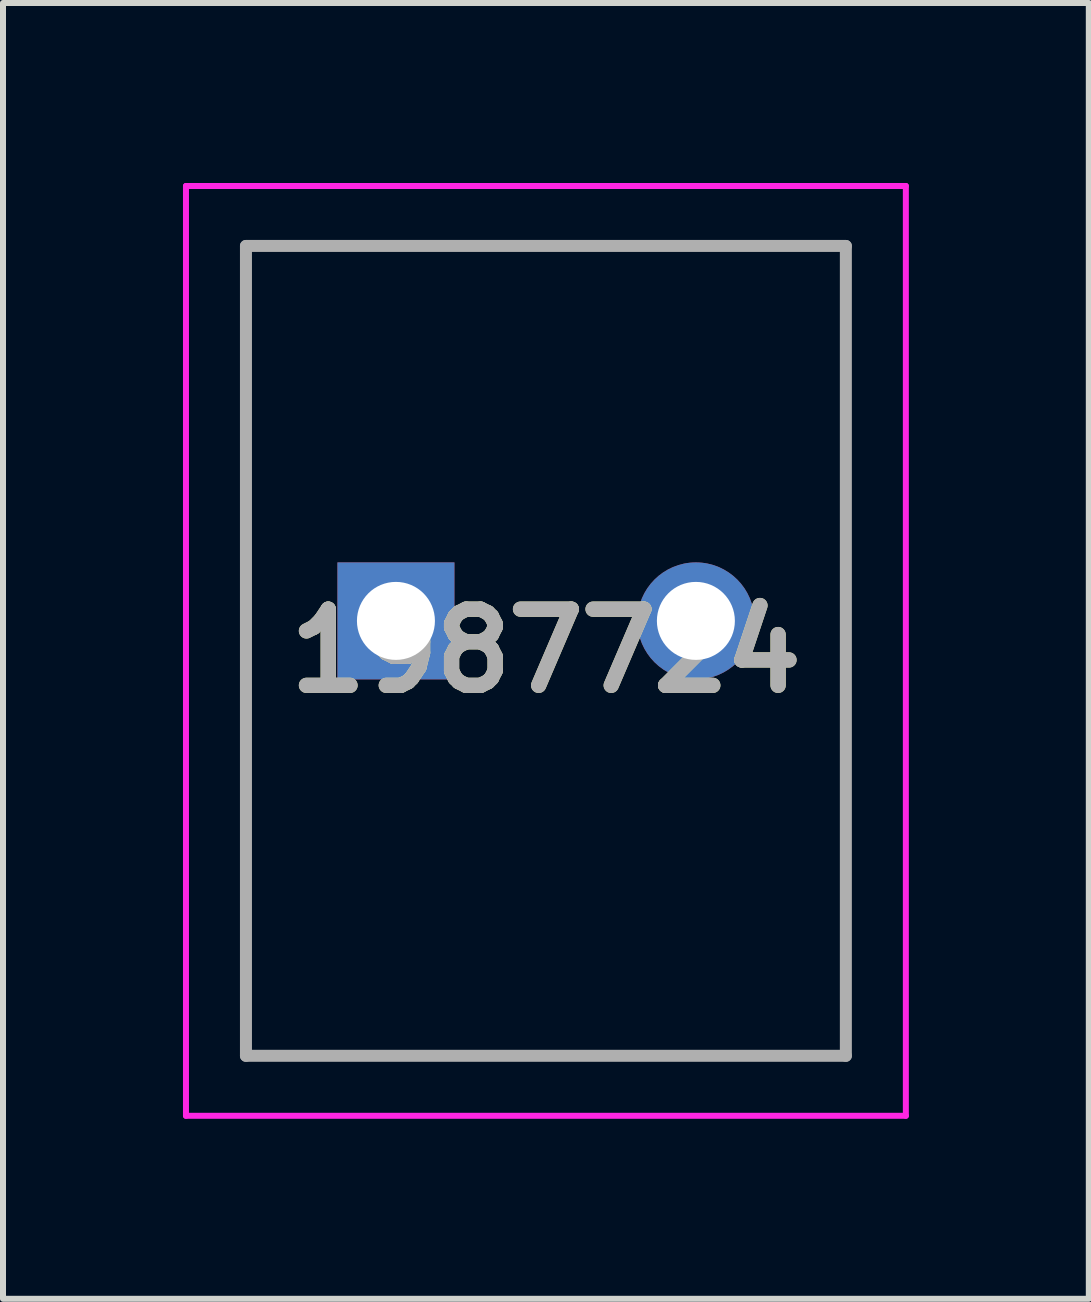
<source format=kicad_pcb>
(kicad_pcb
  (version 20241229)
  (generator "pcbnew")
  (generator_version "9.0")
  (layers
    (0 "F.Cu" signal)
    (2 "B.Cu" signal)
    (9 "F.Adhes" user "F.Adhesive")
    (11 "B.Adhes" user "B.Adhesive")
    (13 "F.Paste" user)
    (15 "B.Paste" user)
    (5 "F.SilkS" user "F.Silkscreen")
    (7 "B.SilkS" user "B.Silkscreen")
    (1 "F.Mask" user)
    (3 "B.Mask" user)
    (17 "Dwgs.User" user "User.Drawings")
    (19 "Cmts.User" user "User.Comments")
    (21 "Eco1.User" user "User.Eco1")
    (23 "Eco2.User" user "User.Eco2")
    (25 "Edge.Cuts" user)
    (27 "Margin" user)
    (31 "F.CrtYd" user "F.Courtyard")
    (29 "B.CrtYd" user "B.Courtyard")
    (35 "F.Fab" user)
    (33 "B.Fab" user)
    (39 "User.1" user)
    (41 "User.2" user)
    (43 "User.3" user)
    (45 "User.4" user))
  (footprint "1987724"
    (layer "F.Cu")
    (at 3.55 7.3)
    (property "Reference" "1987724" (at 2.5 0.5 0) (layer "F.SilkS") (effects (font (size 1.27 1.27) (thickness 0.254))))
    (attr through_hole)
    (fp_line (start -2.5 -6.25) (end -2.5 7.25) (stroke (width 0.1) (type solid)) (layer "F.SilkS"))
    (fp_line (start -2.5 7.25) (end 7.5 7.25) (stroke (width 0.1) (type solid)) (layer "F.SilkS"))
    (fp_line (start 7.5 -6.25) (end -2.5 -6.25) (stroke (width 0.1) (type solid)) (layer "F.SilkS"))
    (fp_line (start 7.5 7.25) (end 7.5 -6.25) (stroke (width 0.1) (type solid)) (layer "F.SilkS"))
    (fp_line (start -3.5 -7.25) (end 8.5 -7.25) (stroke (width 0.1) (type solid)) (layer "F.CrtYd"))
    (fp_line (start -3.5 8.25) (end -3.5 -7.25) (stroke (width 0.1) (type solid)) (layer "F.CrtYd"))
    (fp_line (start 8.5 -7.25) (end 8.5 8.25) (stroke (width 0.1) (type solid)) (layer "F.CrtYd"))
    (fp_line (start 8.5 8.25) (end -3.5 8.25) (stroke (width 0.1) (type solid)) (layer "F.CrtYd"))
    (fp_line (start -2.5 -6.25) (end -2.5 7.25) (stroke (width 0.2) (type solid)) (layer "F.Fab"))
    (fp_line (start -2.5 7.25) (end 7.5 7.25) (stroke (width 0.2) (type solid)) (layer "F.Fab"))
    (fp_line (start 7.5 -6.25) (end -2.5 -6.25) (stroke (width 0.2) (type solid)) (layer "F.Fab"))
    (fp_line (start 7.5 7.25) (end 7.5 -6.25) (stroke (width 0.2) (type solid)) (layer "F.Fab"))
    (fp_text user "${REFERENCE}" (at 2.5 0.5 0) (layer "F.Fab") (effects (font (size 1.27 1.27) (thickness 0.254))))
    (pad "1" thru_hole rect (at 0 0) (size 1.95 1.95) (drill 1.3) (layers "*.Cu" "*.Mask"))
    (pad "2" thru_hole circle (at 5 0) (size 1.95 1.95) (drill 1.3) (layers "*.Cu" "*.Mask")))
  (gr_rect
    (start -3 -3)
    (end 15.1 18.6)
    (stroke (width 0.1) (type default))
    (fill no)
    (layer "Edge.Cuts")))
</source>
